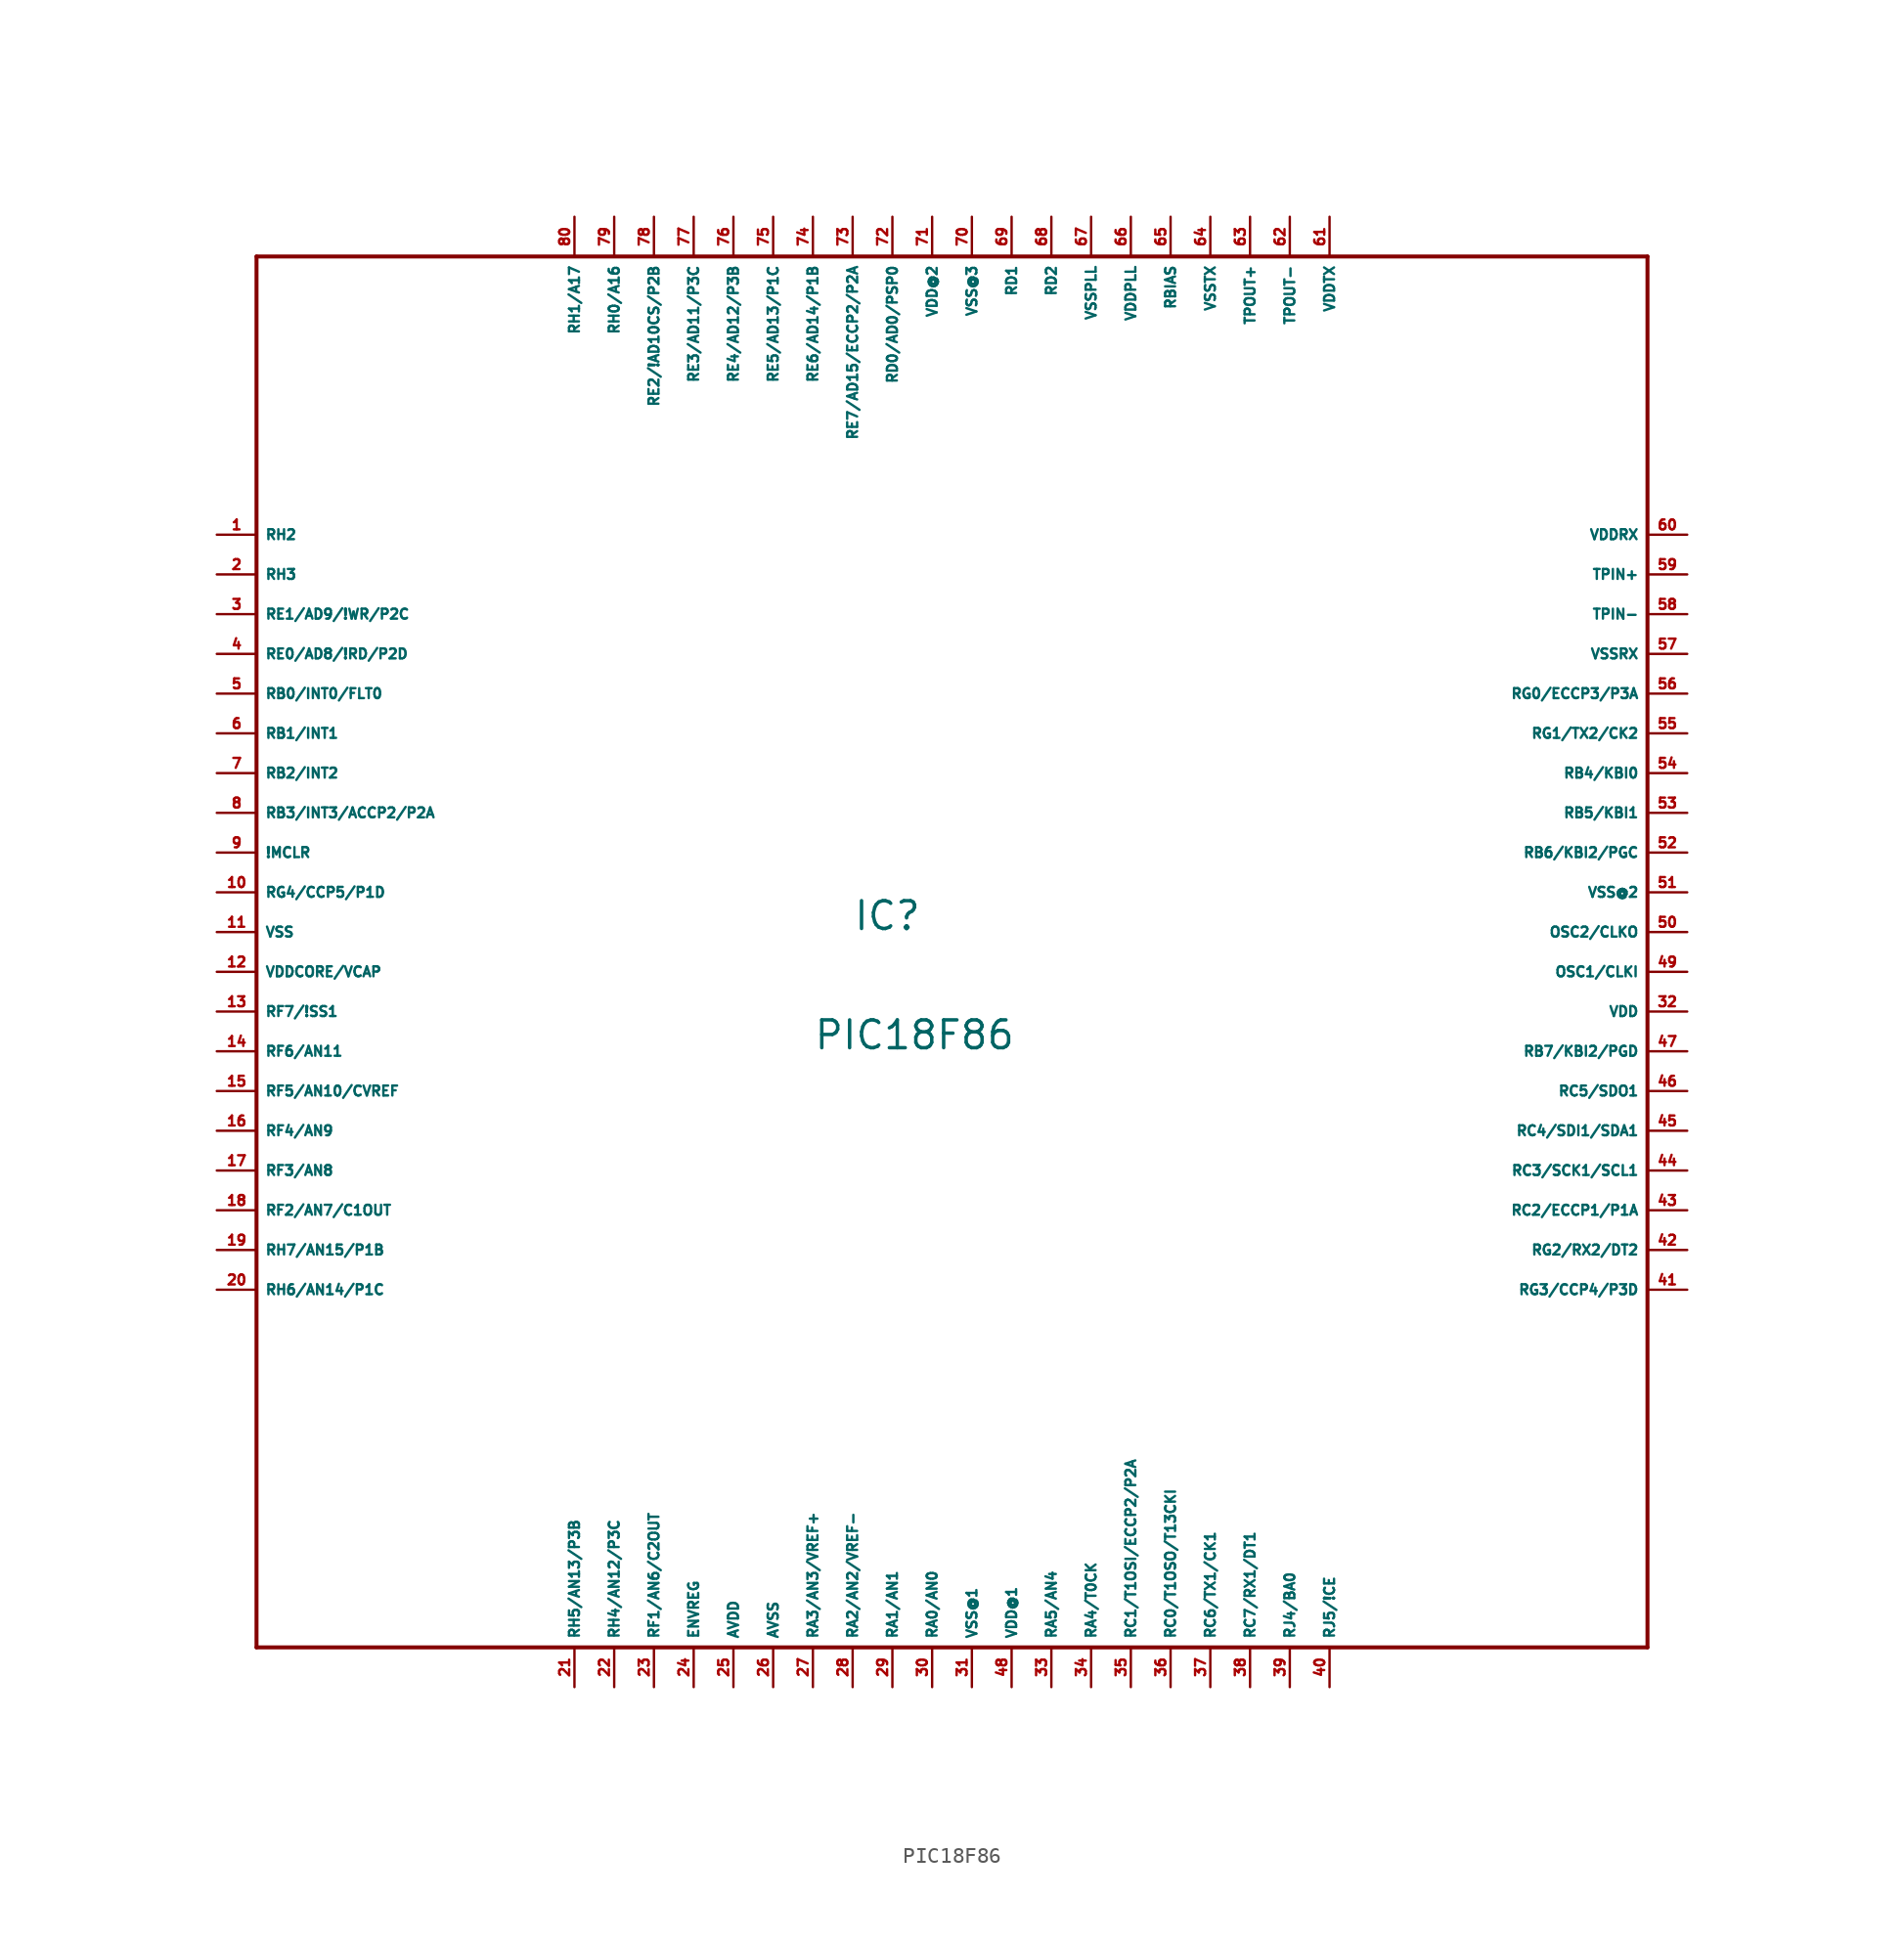
<source format=kicad_sym>
(kicad_symbol_lib
  (version 20220914)
  (generator Eagle2Kicad)
  (symbol "PIC18F86"
    (property "Reference" "IC"
      (at -5.08 2.54 0)
      (effects (font (size 1.778 1.778) (thickness 0.22)) (justify left bottom)))
    (property "Value" "PIC18F86"
      (at -7.62 -5.08 0)
      (effects (font (size 1.778 1.778) (thickness 0.22)) (justify left bottom)))
    (polyline
      (pts (xy -43.18 45.72) (xy 45.72 45.72))
      (stroke (width 0.254) (type default))
      (fill (type none)))
    (polyline
      (pts (xy 45.72 45.72) (xy 45.72 -43.18))
      (stroke (width 0.254) (type default))
      (fill (type none)))
    (polyline
      (pts (xy 45.72 -43.18) (xy -43.18 -43.18))
      (stroke (width 0.254) (type default))
      (fill (type none)))
    (polyline
      (pts (xy -43.18 -43.18) (xy -43.18 45.72))
      (stroke (width 0.254) (type default))
      (fill (type none)))
    (pin bidirectional line
      (at -45.72 22.86 0)
      (length 2.54)
      (name "RE1/AD9/!WR/P2C" (effects (font (size 0.635 0.635) (thickness 0.08)) (justify left bottom)))
      (number "3" (effects (font (size 0.635 0.635) (thickness 0.08)) (justify left bottom))))
    (pin bidirectional line
      (at -45.72 20.32 0)
      (length 2.54)
      (name "RE0/AD8/!RD/P2D" (effects (font (size 0.635 0.635) (thickness 0.08)) (justify left bottom)))
      (number "4" (effects (font (size 0.635 0.635) (thickness 0.08)) (justify left bottom))))
    (pin bidirectional line
      (at 48.26 17.78 180)
      (length 2.54)
      (name "RG0/ECCP3/P3A" (effects (font (size 0.635 0.635) (thickness 0.08)) (justify left bottom)))
      (number "56" (effects (font (size 0.635 0.635) (thickness 0.08)) (justify left bottom))))
    (pin bidirectional line
      (at 48.26 15.24 180)
      (length 2.54)
      (name "RG1/TX2/CK2" (effects (font (size 0.635 0.635) (thickness 0.08)) (justify left bottom)))
      (number "55" (effects (font (size 0.635 0.635) (thickness 0.08)) (justify left bottom))))
    (pin bidirectional line
      (at 48.26 -17.78 180)
      (length 2.54)
      (name "RG2/RX2/DT2" (effects (font (size 0.635 0.635) (thickness 0.08)) (justify left bottom)))
      (number "42" (effects (font (size 0.635 0.635) (thickness 0.08)) (justify left bottom))))
    (pin bidirectional line
      (at 48.26 -20.32 180)
      (length 2.54)
      (name "RG3/CCP4/P3D" (effects (font (size 0.635 0.635) (thickness 0.08)) (justify left bottom)))
      (number "41" (effects (font (size 0.635 0.635) (thickness 0.08)) (justify left bottom))))
    (pin input line
      (at -45.72 7.62 0)
      (length 2.54)
      (name "!MCLR" (effects (font (size 0.635 0.635) (thickness 0.08)) (justify left bottom)))
      (number "9" (effects (font (size 0.635 0.635) (thickness 0.08)) (justify left bottom))))
    (pin bidirectional line
      (at -45.72 5.08 0)
      (length 2.54)
      (name "RG4/CCP5/P1D" (effects (font (size 0.635 0.635) (thickness 0.08)) (justify left bottom)))
      (number "10" (effects (font (size 0.635 0.635) (thickness 0.08)) (justify left bottom))))
    (pin unspecified line
      (at -45.72 2.54 0)
      (length 2.54)
      (name "VSS" (effects (font (size 0.635 0.635) (thickness 0.08)) (justify left bottom)))
      (number "11" (effects (font (size 0.635 0.635) (thickness 0.08)) (justify left bottom))))
    (pin unspecified line
      (at -45.72 0 0)
      (length 2.54)
      (name "VDDCORE/VCAP" (effects (font (size 0.635 0.635) (thickness 0.08)) (justify left bottom)))
      (number "12" (effects (font (size 0.635 0.635) (thickness 0.08)) (justify left bottom))))
    (pin bidirectional line
      (at -45.72 -2.54 0)
      (length 2.54)
      (name "RF7/!SS1" (effects (font (size 0.635 0.635) (thickness 0.08)) (justify left bottom)))
      (number "13" (effects (font (size 0.635 0.635) (thickness 0.08)) (justify left bottom))))
    (pin bidirectional line
      (at -45.72 -5.08 0)
      (length 2.54)
      (name "RF6/AN11" (effects (font (size 0.635 0.635) (thickness 0.08)) (justify left bottom)))
      (number "14" (effects (font (size 0.635 0.635) (thickness 0.08)) (justify left bottom))))
    (pin bidirectional line
      (at -45.72 -7.62 0)
      (length 2.54)
      (name "RF5/AN10/CVREF" (effects (font (size 0.635 0.635) (thickness 0.08)) (justify left bottom)))
      (number "15" (effects (font (size 0.635 0.635) (thickness 0.08)) (justify left bottom))))
    (pin bidirectional line
      (at -45.72 -10.16 0)
      (length 2.54)
      (name "RF4/AN9" (effects (font (size 0.635 0.635) (thickness 0.08)) (justify left bottom)))
      (number "16" (effects (font (size 0.635 0.635) (thickness 0.08)) (justify left bottom))))
    (pin bidirectional line
      (at -45.72 -12.7 0)
      (length 2.54)
      (name "RF3/AN8" (effects (font (size 0.635 0.635) (thickness 0.08)) (justify left bottom)))
      (number "17" (effects (font (size 0.635 0.635) (thickness 0.08)) (justify left bottom))))
    (pin bidirectional line
      (at -45.72 -15.24 0)
      (length 2.54)
      (name "RF2/AN7/C1OUT" (effects (font (size 0.635 0.635) (thickness 0.08)) (justify left bottom)))
      (number "18" (effects (font (size 0.635 0.635) (thickness 0.08)) (justify left bottom))))
    (pin bidirectional line
      (at -17.78 -45.72 90)
      (length 2.54)
      (name "RF1/AN6/C2OUT" (effects (font (size 0.635 0.635) (thickness 0.08)) (justify left bottom)))
      (number "23" (effects (font (size 0.635 0.635) (thickness 0.08)) (justify left bottom))))
    (pin input line
      (at -15.24 -45.72 90)
      (length 2.54)
      (name "ENVREG" (effects (font (size 0.635 0.635) (thickness 0.08)) (justify left bottom)))
      (number "24" (effects (font (size 0.635 0.635) (thickness 0.08)) (justify left bottom))))
    (pin unspecified line
      (at -12.7 -45.72 90)
      (length 2.54)
      (name "AVDD" (effects (font (size 0.635 0.635) (thickness 0.08)) (justify left bottom)))
      (number "25" (effects (font (size 0.635 0.635) (thickness 0.08)) (justify left bottom))))
    (pin unspecified line
      (at -10.16 -45.72 90)
      (length 2.54)
      (name "AVSS" (effects (font (size 0.635 0.635) (thickness 0.08)) (justify left bottom)))
      (number "26" (effects (font (size 0.635 0.635) (thickness 0.08)) (justify left bottom))))
    (pin bidirectional line
      (at -7.62 -45.72 90)
      (length 2.54)
      (name "RA3/AN3/VREF+" (effects (font (size 0.635 0.635) (thickness 0.08)) (justify left bottom)))
      (number "27" (effects (font (size 0.635 0.635) (thickness 0.08)) (justify left bottom))))
    (pin bidirectional line
      (at -5.08 -45.72 90)
      (length 2.54)
      (name "RA2/AN2/VREF-" (effects (font (size 0.635 0.635) (thickness 0.08)) (justify left bottom)))
      (number "28" (effects (font (size 0.635 0.635) (thickness 0.08)) (justify left bottom))))
    (pin bidirectional line
      (at -2.54 -45.72 90)
      (length 2.54)
      (name "RA1/AN1" (effects (font (size 0.635 0.635) (thickness 0.08)) (justify left bottom)))
      (number "29" (effects (font (size 0.635 0.635) (thickness 0.08)) (justify left bottom))))
    (pin bidirectional line
      (at 0 -45.72 90)
      (length 2.54)
      (name "RA0/AN0" (effects (font (size 0.635 0.635) (thickness 0.08)) (justify left bottom)))
      (number "30" (effects (font (size 0.635 0.635) (thickness 0.08)) (justify left bottom))))
    (pin unspecified line
      (at 2.54 -45.72 90)
      (length 2.54)
      (name "VSS@1" (effects (font (size 0.635 0.635) (thickness 0.08)) (justify left bottom)))
      (number "31" (effects (font (size 0.635 0.635) (thickness 0.08)) (justify left bottom))))
    (pin unspecified line
      (at 5.08 -45.72 90)
      (length 2.54)
      (name "VDD@1" (effects (font (size 0.635 0.635) (thickness 0.08)) (justify left bottom)))
      (number "48" (effects (font (size 0.635 0.635) (thickness 0.08)) (justify left bottom))))
    (pin bidirectional line
      (at 7.62 -45.72 90)
      (length 2.54)
      (name "RA5/AN4" (effects (font (size 0.635 0.635) (thickness 0.08)) (justify left bottom)))
      (number "33" (effects (font (size 0.635 0.635) (thickness 0.08)) (justify left bottom))))
    (pin bidirectional line
      (at 10.16 -45.72 90)
      (length 2.54)
      (name "RA4/T0CK" (effects (font (size 0.635 0.635) (thickness 0.08)) (justify left bottom)))
      (number "34" (effects (font (size 0.635 0.635) (thickness 0.08)) (justify left bottom))))
    (pin bidirectional line
      (at 12.7 -45.72 90)
      (length 2.54)
      (name "RC1/T1OSI/ECCP2/P2A" (effects (font (size 0.635 0.635) (thickness 0.08)) (justify left bottom)))
      (number "35" (effects (font (size 0.635 0.635) (thickness 0.08)) (justify left bottom))))
    (pin bidirectional line
      (at 15.24 -45.72 90)
      (length 2.54)
      (name "RC0/T1OSO/T13CKI" (effects (font (size 0.635 0.635) (thickness 0.08)) (justify left bottom)))
      (number "36" (effects (font (size 0.635 0.635) (thickness 0.08)) (justify left bottom))))
    (pin bidirectional line
      (at 17.78 -45.72 90)
      (length 2.54)
      (name "RC6/TX1/CK1" (effects (font (size 0.635 0.635) (thickness 0.08)) (justify left bottom)))
      (number "37" (effects (font (size 0.635 0.635) (thickness 0.08)) (justify left bottom))))
    (pin bidirectional line
      (at 20.32 -45.72 90)
      (length 2.54)
      (name "RC7/RX1/DT1" (effects (font (size 0.635 0.635) (thickness 0.08)) (justify left bottom)))
      (number "38" (effects (font (size 0.635 0.635) (thickness 0.08)) (justify left bottom))))
    (pin bidirectional line
      (at 48.26 -15.24 180)
      (length 2.54)
      (name "RC2/ECCP1/P1A" (effects (font (size 0.635 0.635) (thickness 0.08)) (justify left bottom)))
      (number "43" (effects (font (size 0.635 0.635) (thickness 0.08)) (justify left bottom))))
    (pin bidirectional line
      (at 48.26 -12.7 180)
      (length 2.54)
      (name "RC3/SCK1/SCL1" (effects (font (size 0.635 0.635) (thickness 0.08)) (justify left bottom)))
      (number "44" (effects (font (size 0.635 0.635) (thickness 0.08)) (justify left bottom))))
    (pin bidirectional line
      (at 48.26 -10.16 180)
      (length 2.54)
      (name "RC4/SDI1/SDA1" (effects (font (size 0.635 0.635) (thickness 0.08)) (justify left bottom)))
      (number "45" (effects (font (size 0.635 0.635) (thickness 0.08)) (justify left bottom))))
    (pin bidirectional line
      (at 48.26 -7.62 180)
      (length 2.54)
      (name "RC5/SDO1" (effects (font (size 0.635 0.635) (thickness 0.08)) (justify left bottom)))
      (number "46" (effects (font (size 0.635 0.635) (thickness 0.08)) (justify left bottom))))
    (pin bidirectional line
      (at 48.26 -5.08 180)
      (length 2.54)
      (name "RB7/KBI2/PGD" (effects (font (size 0.635 0.635) (thickness 0.08)) (justify left bottom)))
      (number "47" (effects (font (size 0.635 0.635) (thickness 0.08)) (justify left bottom))))
    (pin unspecified line
      (at 48.26 -2.54 180)
      (length 2.54)
      (name "VDD" (effects (font (size 0.635 0.635) (thickness 0.08)) (justify left bottom)))
      (number "32" (effects (font (size 0.635 0.635) (thickness 0.08)) (justify left bottom))))
    (pin input line
      (at 48.26 0 180)
      (length 2.54)
      (name "OSC1/CLKI" (effects (font (size 0.635 0.635) (thickness 0.08)) (justify left bottom)))
      (number "49" (effects (font (size 0.635 0.635) (thickness 0.08)) (justify left bottom))))
    (pin output line
      (at 48.26 2.54 180)
      (length 2.54)
      (name "OSC2/CLKO" (effects (font (size 0.635 0.635) (thickness 0.08)) (justify left bottom)))
      (number "50" (effects (font (size 0.635 0.635) (thickness 0.08)) (justify left bottom))))
    (pin unspecified line
      (at 48.26 5.08 180)
      (length 2.54)
      (name "VSS@2" (effects (font (size 0.635 0.635) (thickness 0.08)) (justify left bottom)))
      (number "51" (effects (font (size 0.635 0.635) (thickness 0.08)) (justify left bottom))))
    (pin bidirectional line
      (at 48.26 7.62 180)
      (length 2.54)
      (name "RB6/KBI2/PGC" (effects (font (size 0.635 0.635) (thickness 0.08)) (justify left bottom)))
      (number "52" (effects (font (size 0.635 0.635) (thickness 0.08)) (justify left bottom))))
    (pin bidirectional line
      (at 48.26 10.16 180)
      (length 2.54)
      (name "RB5/KBI1" (effects (font (size 0.635 0.635) (thickness 0.08)) (justify left bottom)))
      (number "53" (effects (font (size 0.635 0.635) (thickness 0.08)) (justify left bottom))))
    (pin bidirectional line
      (at 48.26 12.7 180)
      (length 2.54)
      (name "RB4/KBI0" (effects (font (size 0.635 0.635) (thickness 0.08)) (justify left bottom)))
      (number "54" (effects (font (size 0.635 0.635) (thickness 0.08)) (justify left bottom))))
    (pin bidirectional line
      (at -45.72 10.16 0)
      (length 2.54)
      (name "RB3/INT3/ACCP2/P2A" (effects (font (size 0.635 0.635) (thickness 0.08)) (justify left bottom)))
      (number "8" (effects (font (size 0.635 0.635) (thickness 0.08)) (justify left bottom))))
    (pin bidirectional line
      (at -45.72 12.7 0)
      (length 2.54)
      (name "RB2/INT2" (effects (font (size 0.635 0.635) (thickness 0.08)) (justify left bottom)))
      (number "7" (effects (font (size 0.635 0.635) (thickness 0.08)) (justify left bottom))))
    (pin bidirectional line
      (at 48.26 20.32 180)
      (length 2.54)
      (name "VSSRX" (effects (font (size 0.635 0.635) (thickness 0.08)) (justify left bottom)))
      (number "57" (effects (font (size 0.635 0.635) (thickness 0.08)) (justify left bottom))))
    (pin bidirectional line
      (at 48.26 22.86 180)
      (length 2.54)
      (name "TPIN-" (effects (font (size 0.635 0.635) (thickness 0.08)) (justify left bottom)))
      (number "58" (effects (font (size 0.635 0.635) (thickness 0.08)) (justify left bottom))))
    (pin bidirectional line
      (at 20.32 48.26 270)
      (length 2.54)
      (name "TPOUT+" (effects (font (size 0.635 0.635) (thickness 0.08)) (justify left bottom)))
      (number "63" (effects (font (size 0.635 0.635) (thickness 0.08)) (justify left bottom))))
    (pin bidirectional line
      (at 17.78 48.26 270)
      (length 2.54)
      (name "VSSTX" (effects (font (size 0.635 0.635) (thickness 0.08)) (justify left bottom)))
      (number "64" (effects (font (size 0.635 0.635) (thickness 0.08)) (justify left bottom))))
    (pin bidirectional line
      (at 15.24 48.26 270)
      (length 2.54)
      (name "RBIAS" (effects (font (size 0.635 0.635) (thickness 0.08)) (justify left bottom)))
      (number "65" (effects (font (size 0.635 0.635) (thickness 0.08)) (justify left bottom))))
    (pin bidirectional line
      (at 12.7 48.26 270)
      (length 2.54)
      (name "VDDPLL" (effects (font (size 0.635 0.635) (thickness 0.08)) (justify left bottom)))
      (number "66" (effects (font (size 0.635 0.635) (thickness 0.08)) (justify left bottom))))
    (pin bidirectional line
      (at 10.16 48.26 270)
      (length 2.54)
      (name "VSSPLL" (effects (font (size 0.635 0.635) (thickness 0.08)) (justify left bottom)))
      (number "67" (effects (font (size 0.635 0.635) (thickness 0.08)) (justify left bottom))))
    (pin bidirectional line
      (at 7.62 48.26 270)
      (length 2.54)
      (name "RD2" (effects (font (size 0.635 0.635) (thickness 0.08)) (justify left bottom)))
      (number "68" (effects (font (size 0.635 0.635) (thickness 0.08)) (justify left bottom))))
    (pin bidirectional line
      (at 5.08 48.26 270)
      (length 2.54)
      (name "RD1" (effects (font (size 0.635 0.635) (thickness 0.08)) (justify left bottom)))
      (number "69" (effects (font (size 0.635 0.635) (thickness 0.08)) (justify left bottom))))
    (pin bidirectional line
      (at -2.54 48.26 270)
      (length 2.54)
      (name "RD0/AD0/PSP0" (effects (font (size 0.635 0.635) (thickness 0.08)) (justify left bottom)))
      (number "72" (effects (font (size 0.635 0.635) (thickness 0.08)) (justify left bottom))))
    (pin unspecified line
      (at 2.54 48.26 270)
      (length 2.54)
      (name "VSS@3" (effects (font (size 0.635 0.635) (thickness 0.08)) (justify left bottom)))
      (number "70" (effects (font (size 0.635 0.635) (thickness 0.08)) (justify left bottom))))
    (pin unspecified line
      (at 0 48.26 270)
      (length 2.54)
      (name "VDD@2" (effects (font (size 0.635 0.635) (thickness 0.08)) (justify left bottom)))
      (number "71" (effects (font (size 0.635 0.635) (thickness 0.08)) (justify left bottom))))
    (pin bidirectional line
      (at -5.08 48.26 270)
      (length 2.54)
      (name "RE7/AD15/ECCP2/P2A" (effects (font (size 0.635 0.635) (thickness 0.08)) (justify left bottom)))
      (number "73" (effects (font (size 0.635 0.635) (thickness 0.08)) (justify left bottom))))
    (pin bidirectional line
      (at -7.62 48.26 270)
      (length 2.54)
      (name "RE6/AD14/P1B" (effects (font (size 0.635 0.635) (thickness 0.08)) (justify left bottom)))
      (number "74" (effects (font (size 0.635 0.635) (thickness 0.08)) (justify left bottom))))
    (pin bidirectional line
      (at -10.16 48.26 270)
      (length 2.54)
      (name "RE5/AD13/P1C" (effects (font (size 0.635 0.635) (thickness 0.08)) (justify left bottom)))
      (number "75" (effects (font (size 0.635 0.635) (thickness 0.08)) (justify left bottom))))
    (pin bidirectional line
      (at -12.7 48.26 270)
      (length 2.54)
      (name "RE4/AD12/P3B" (effects (font (size 0.635 0.635) (thickness 0.08)) (justify left bottom)))
      (number "76" (effects (font (size 0.635 0.635) (thickness 0.08)) (justify left bottom))))
    (pin bidirectional line
      (at -15.24 48.26 270)
      (length 2.54)
      (name "RE3/AD11/P3C" (effects (font (size 0.635 0.635) (thickness 0.08)) (justify left bottom)))
      (number "77" (effects (font (size 0.635 0.635) (thickness 0.08)) (justify left bottom))))
    (pin bidirectional line
      (at -17.78 48.26 270)
      (length 2.54)
      (name "RE2/!AD10CS/P2B" (effects (font (size 0.635 0.635) (thickness 0.08)) (justify left bottom)))
      (number "78" (effects (font (size 0.635 0.635) (thickness 0.08)) (justify left bottom))))
    (pin bidirectional line
      (at -45.72 27.94 0)
      (length 2.54)
      (name "RH2" (effects (font (size 0.635 0.635) (thickness 0.08)) (justify left bottom)))
      (number "1" (effects (font (size 0.635 0.635) (thickness 0.08)) (justify left bottom))))
    (pin bidirectional line
      (at -45.72 25.4 0)
      (length 2.54)
      (name "RH3" (effects (font (size 0.635 0.635) (thickness 0.08)) (justify left bottom)))
      (number "2" (effects (font (size 0.635 0.635) (thickness 0.08)) (justify left bottom))))
    (pin bidirectional line
      (at -45.72 -17.78 0)
      (length 2.54)
      (name "RH7/AN15/P1B" (effects (font (size 0.635 0.635) (thickness 0.08)) (justify left bottom)))
      (number "19" (effects (font (size 0.635 0.635) (thickness 0.08)) (justify left bottom))))
    (pin bidirectional line
      (at -45.72 -20.32 0)
      (length 2.54)
      (name "RH6/AN14/P1C" (effects (font (size 0.635 0.635) (thickness 0.08)) (justify left bottom)))
      (number "20" (effects (font (size 0.635 0.635) (thickness 0.08)) (justify left bottom))))
    (pin bidirectional line
      (at -22.86 -45.72 90)
      (length 2.54)
      (name "RH5/AN13/P3B" (effects (font (size 0.635 0.635) (thickness 0.08)) (justify left bottom)))
      (number "21" (effects (font (size 0.635 0.635) (thickness 0.08)) (justify left bottom))))
    (pin bidirectional line
      (at -20.32 -45.72 90)
      (length 2.54)
      (name "RH4/AN12/P3C" (effects (font (size 0.635 0.635) (thickness 0.08)) (justify left bottom)))
      (number "22" (effects (font (size 0.635 0.635) (thickness 0.08)) (justify left bottom))))
    (pin bidirectional line
      (at 22.86 -45.72 90)
      (length 2.54)
      (name "RJ4/BA0" (effects (font (size 0.635 0.635) (thickness 0.08)) (justify left bottom)))
      (number "39" (effects (font (size 0.635 0.635) (thickness 0.08)) (justify left bottom))))
    (pin bidirectional line
      (at 25.4 -45.72 90)
      (length 2.54)
      (name "RJ5/!CE" (effects (font (size 0.635 0.635) (thickness 0.08)) (justify left bottom)))
      (number "40" (effects (font (size 0.635 0.635) (thickness 0.08)) (justify left bottom))))
    (pin bidirectional line
      (at -45.72 15.24 0)
      (length 2.54)
      (name "RB1/INT1" (effects (font (size 0.635 0.635) (thickness 0.08)) (justify left bottom)))
      (number "6" (effects (font (size 0.635 0.635) (thickness 0.08)) (justify left bottom))))
    (pin bidirectional line
      (at -45.72 17.78 0)
      (length 2.54)
      (name "RB0/INT0/FLT0" (effects (font (size 0.635 0.635) (thickness 0.08)) (justify left bottom)))
      (number "5" (effects (font (size 0.635 0.635) (thickness 0.08)) (justify left bottom))))
    (pin bidirectional line
      (at 48.26 25.4 180)
      (length 2.54)
      (name "TPIN+" (effects (font (size 0.635 0.635) (thickness 0.08)) (justify left bottom)))
      (number "59" (effects (font (size 0.635 0.635) (thickness 0.08)) (justify left bottom))))
    (pin bidirectional line
      (at 48.26 27.94 180)
      (length 2.54)
      (name "VDDRX" (effects (font (size 0.635 0.635) (thickness 0.08)) (justify left bottom)))
      (number "60" (effects (font (size 0.635 0.635) (thickness 0.08)) (justify left bottom))))
    (pin bidirectional line
      (at 25.4 48.26 270)
      (length 2.54)
      (name "VDDTX" (effects (font (size 0.635 0.635) (thickness 0.08)) (justify left bottom)))
      (number "61" (effects (font (size 0.635 0.635) (thickness 0.08)) (justify left bottom))))
    (pin bidirectional line
      (at 22.86 48.26 270)
      (length 2.54)
      (name "TPOUT-" (effects (font (size 0.635 0.635) (thickness 0.08)) (justify left bottom)))
      (number "62" (effects (font (size 0.635 0.635) (thickness 0.08)) (justify left bottom))))
    (pin bidirectional line
      (at -20.32 48.26 270)
      (length 2.54)
      (name "RH0/A16" (effects (font (size 0.635 0.635) (thickness 0.08)) (justify left bottom)))
      (number "79" (effects (font (size 0.635 0.635) (thickness 0.08)) (justify left bottom))))
    (pin bidirectional line
      (at -22.86 48.26 270)
      (length 2.54)
      (name "RH1/A17" (effects (font (size 0.635 0.635) (thickness 0.08)) (justify left bottom)))
      (number "80" (effects (font (size 0.635 0.635) (thickness 0.08)) (justify left bottom))))))
</source>
